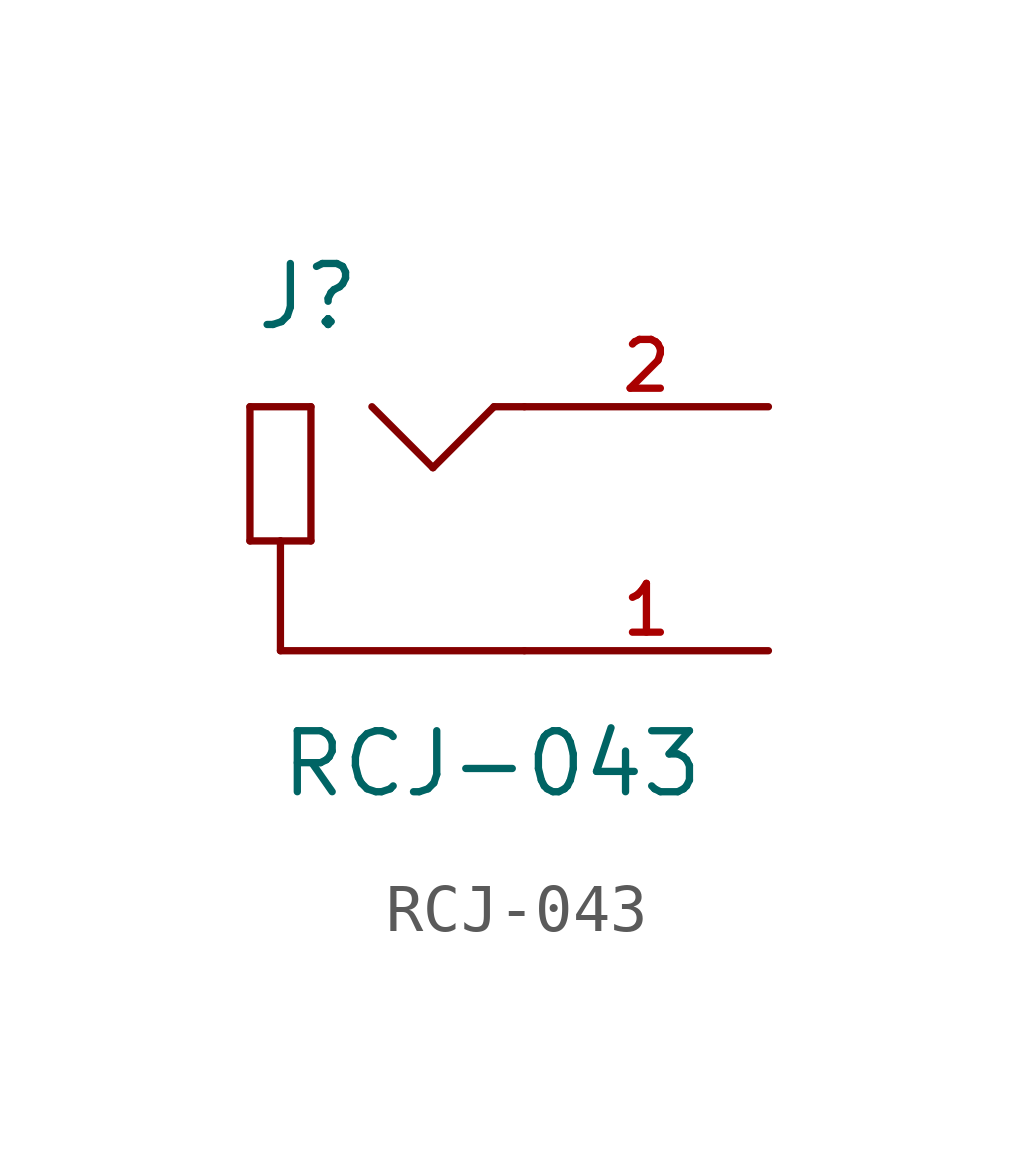
<source format=kicad_sym>
(kicad_symbol_lib
  (version 20211014)
  (generator kicad_symbol_editor)
  (symbol "RCJ-043"
    (pin_names
      (offset 1.016) hide)
    (property "Reference" "J"
      (at -5.639 4.089 0)
      (effects (font (size 1.27 1.27)) (justify left bottom)))
    (property "Value" "RCJ-043"
      (at -5.131 -5.639 0)
      (effects (font (size 1.27 1.27)) (justify left bottom)))
    (symbol "RCJ-043_0_0"
      (polyline (pts (xy -5.715 -0.254) (xy -5.08 -0.254)) (stroke (width 0.152) (type default) (color 0 0 0 0)) (fill (type none)))
      (polyline (pts (xy -5.715 2.54) (xy -5.715 -0.254)) (stroke (width 0.152) (type default) (color 0 0 0 0)) (fill (type none)))
      (polyline (pts (xy -5.08 -2.54) (xy -5.08 -0.254)) (stroke (width 0.152) (type default) (color 0 0 0 0)) (fill (type none)))
      (polyline (pts (xy -5.08 -0.254) (xy -4.445 -0.254)) (stroke (width 0.152) (type default) (color 0 0 0 0)) (fill (type none)))
      (polyline (pts (xy -4.445 -0.254) (xy -4.445 2.54)) (stroke (width 0.152) (type default) (color 0 0 0 0)) (fill (type none)))
      (polyline (pts (xy -4.445 2.54) (xy -5.715 2.54)) (stroke (width 0.152) (type default) (color 0 0 0 0)) (fill (type none)))
      (polyline (pts (xy -1.905 1.27) (xy -3.175 2.54)) (stroke (width 0.152) (type default) (color 0 0 0 0)) (fill (type none)))
      (polyline (pts (xy -0.635 2.54) (xy -1.905 1.27)) (stroke (width 0.152) (type default) (color 0 0 0 0)) (fill (type none)))
      (polyline (pts (xy 0 -2.54) (xy -5.08 -2.54)) (stroke (width 0.152) (type default) (color 0 0 0 0)) (fill (type none)))
      (polyline (pts (xy 0 2.54) (xy -0.635 2.54)) (stroke (width 0.152) (type default) (color 0 0 0 0)) (fill (type none)))
      (pin passive line (at 5.08 -2.54 180) (length 5.08) (name "~" (effects (font (size 1.016 1.016)))) (number "1" (effects (font (size 1.016 1.016)))))
      (pin passive line (at 5.08 2.54 180) (length 5.08) (name "~" (effects (font (size 1.016 1.016)))) (number "2" (effects (font (size 1.016 1.016))))))))
</source>
